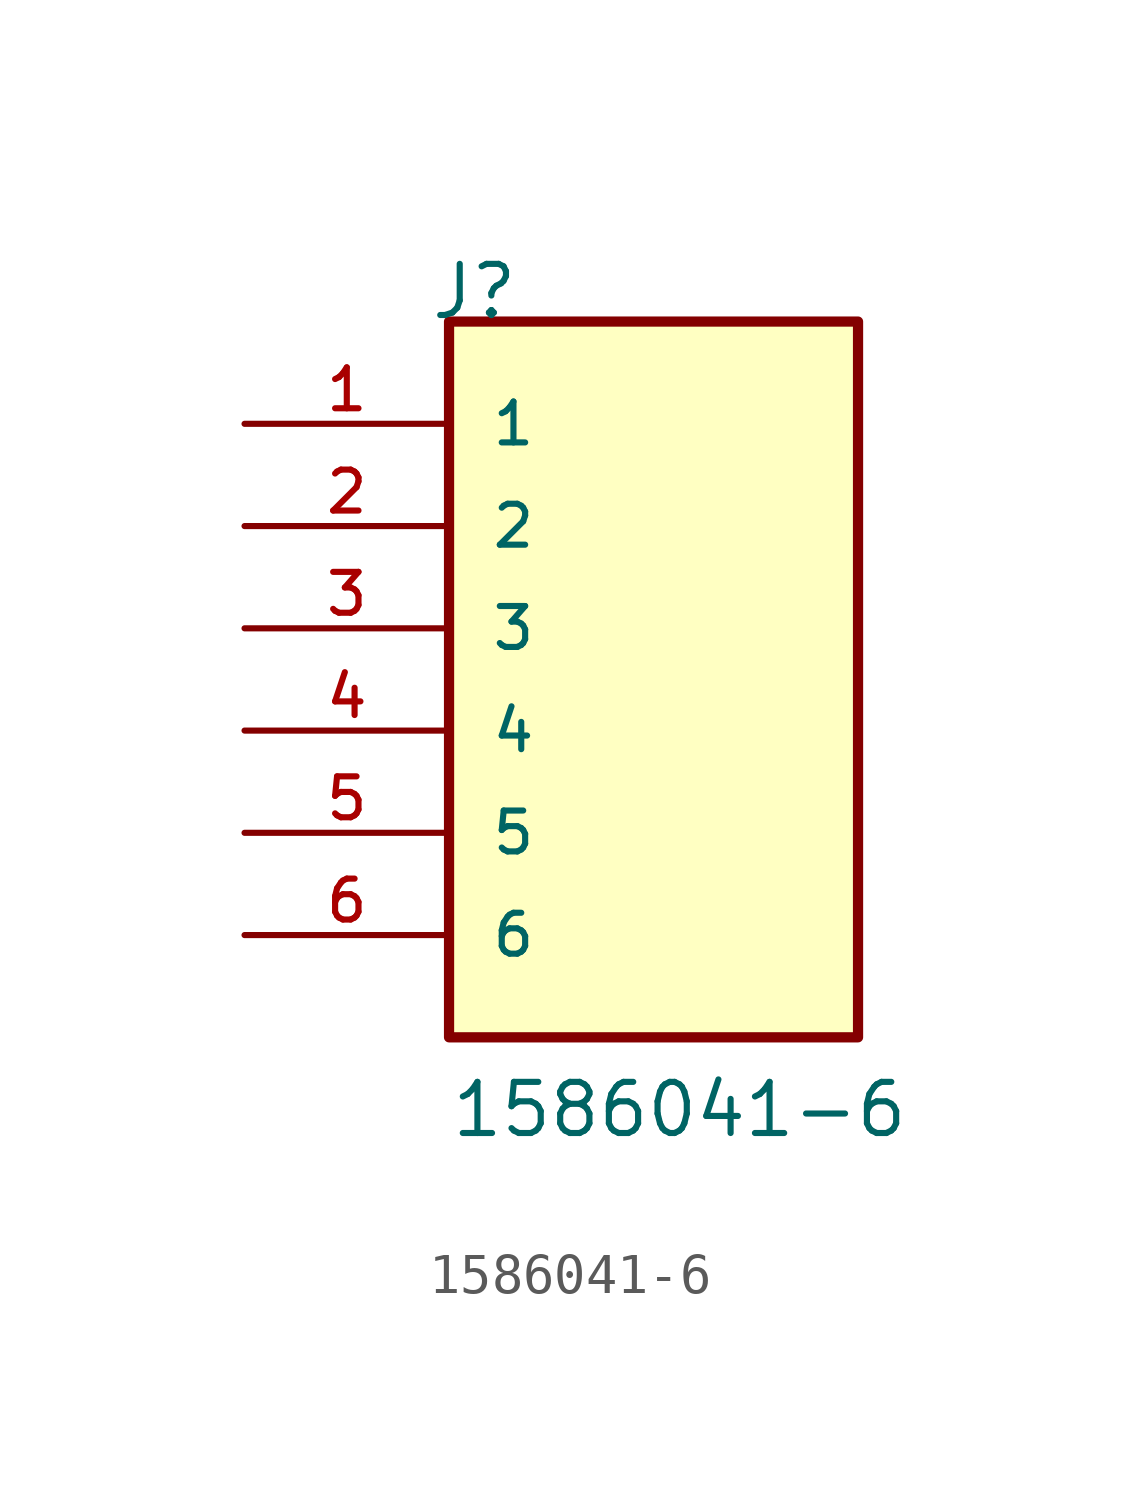
<source format=kicad_sym>
(kicad_symbol_lib
  (version 20211014)
  (generator kicad_symbol_editor)
  (symbol "1586041-6"
    (pin_names
      (offset 1.016))
    (property "Reference" "J"
      (at -5.58 10.16 0)
      (effects (font (size 1.27 1.27)) (justify bottom left)))
    (property "Value" "1586041-6"
      (at -5.08 -10.16 0)
      (effects (font (size 1.27 1.27)) (justify bottom left)))
    (symbol "1586041-6_0_0"
      (rectangle (start -5.08 -7.62) (end 5.08 10.16) (stroke (width 0.254)) (fill (type background)))
      (pin passive line (at -10.16 7.62 0) (length 5.08) (name "1" (effects (font (size 1.016 1.016)))) (number "1" (effects (font (size 1.016 1.016)))))
      (pin passive line (at -10.16 5.08 0) (length 5.08) (name "2" (effects (font (size 1.016 1.016)))) (number "2" (effects (font (size 1.016 1.016)))))
      (pin passive line (at -10.16 2.54 0) (length 5.08) (name "3" (effects (font (size 1.016 1.016)))) (number "3" (effects (font (size 1.016 1.016)))))
      (pin passive line (at -10.16 0.0 0) (length 5.08) (name "4" (effects (font (size 1.016 1.016)))) (number "4" (effects (font (size 1.016 1.016)))))
      (pin passive line (at -10.16 -2.54 0) (length 5.08) (name "5" (effects (font (size 1.016 1.016)))) (number "5" (effects (font (size 1.016 1.016)))))
      (pin passive line (at -10.16 -5.08 0) (length 5.08) (name "6" (effects (font (size 1.016 1.016)))) (number "6" (effects (font (size 1.016 1.016))))))))
</source>
